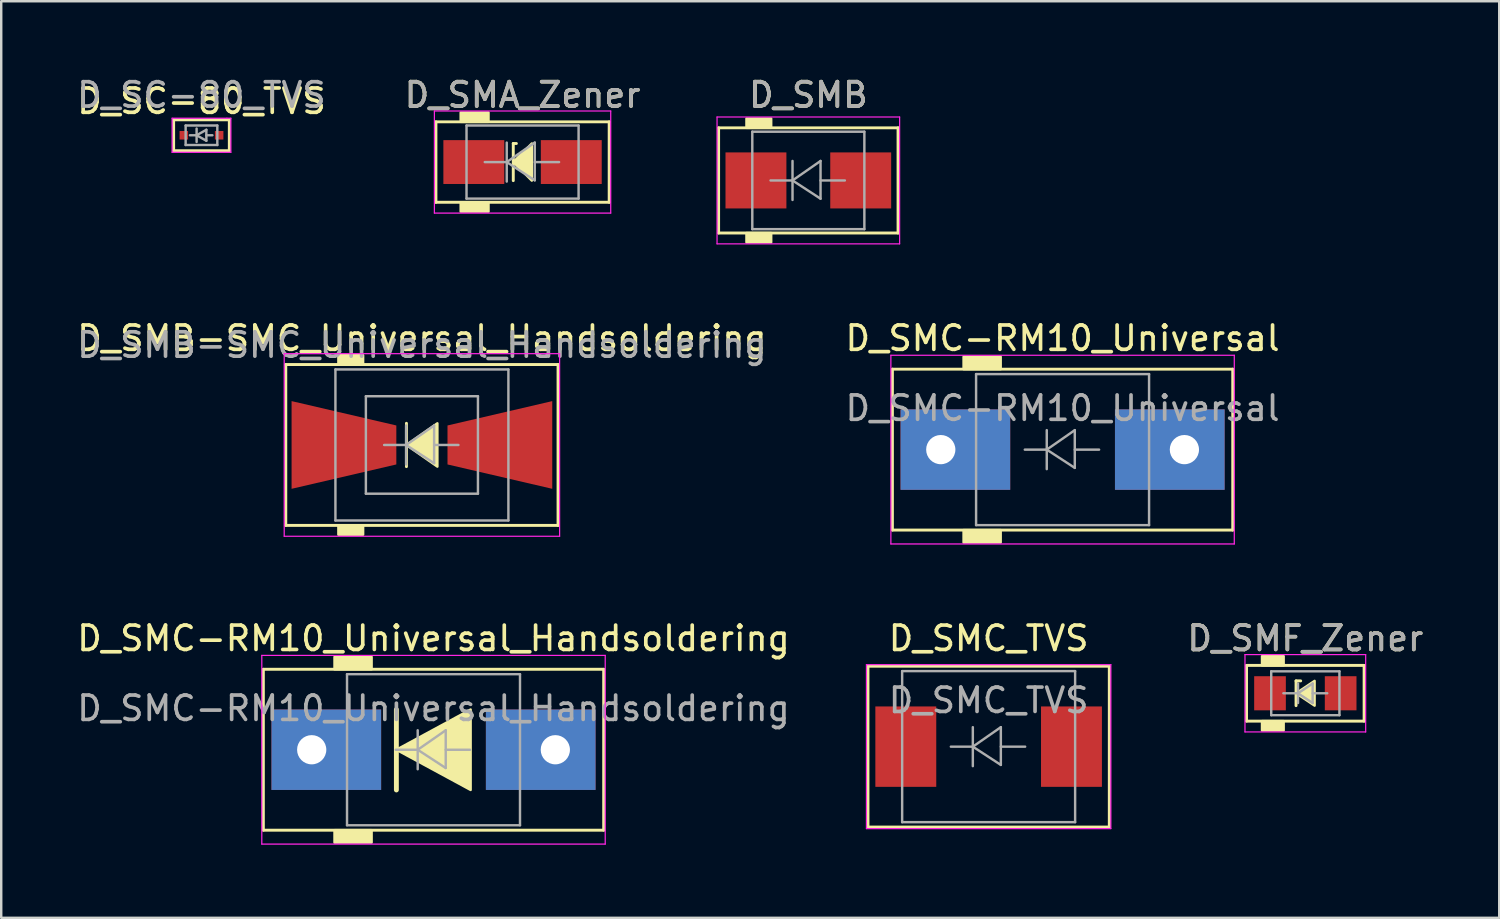
<source format=kicad_pcb>
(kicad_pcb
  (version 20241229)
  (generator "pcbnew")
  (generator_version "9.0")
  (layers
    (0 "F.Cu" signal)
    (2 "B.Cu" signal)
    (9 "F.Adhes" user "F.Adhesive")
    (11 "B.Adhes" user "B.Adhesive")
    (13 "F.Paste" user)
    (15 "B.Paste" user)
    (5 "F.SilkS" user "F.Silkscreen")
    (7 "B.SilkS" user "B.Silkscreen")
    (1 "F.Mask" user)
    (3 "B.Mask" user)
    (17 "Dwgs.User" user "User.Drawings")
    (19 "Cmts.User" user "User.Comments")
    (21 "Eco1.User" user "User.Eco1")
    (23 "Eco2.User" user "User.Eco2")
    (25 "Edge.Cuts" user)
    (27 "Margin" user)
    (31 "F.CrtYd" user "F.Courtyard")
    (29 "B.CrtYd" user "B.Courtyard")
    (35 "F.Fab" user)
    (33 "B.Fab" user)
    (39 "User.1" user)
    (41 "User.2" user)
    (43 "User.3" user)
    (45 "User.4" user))
  (footprint "D_SMA_Zener"
    (layer "F.Cu")
    (at 18.399 3.602)
    (property "Reference" "D_SMA_Zener" (at 0 -2.754 0) (layer "F.SilkS") (effects (font (size 1 1) (thickness 0.15))))
    (attr smd)
    (fp_line (start -3.556 -1.651) (end -3.556 1.651) (stroke (width 0.12) (type solid)) (layer "F.SilkS"))
    (fp_line (start -3.556 1.651) (end 3.556 1.651) (stroke (width 0.12) (type solid)) (layer "F.SilkS"))
    (fp_line (start -0.381 -0.762) (end -0.381 0.762) (stroke (width 0.12) (type solid)) (layer "F.SilkS"))
    (fp_line (start -0.381 -0.762) (end -0.254 -0.762) (stroke (width 0.12) (type solid)) (layer "F.SilkS"))
    (fp_line (start 3.556 -1.651) (end -3.556 -1.651) (stroke (width 0.12) (type solid)) (layer "F.SilkS"))
    (fp_line (start 3.556 1.651) (end 3.556 -1.651) (stroke (width 0.12) (type solid)) (layer "F.SilkS"))
    (fp_poly (pts (xy 0.381 0.762) (xy -0.381 0) (xy 0.381 -0.762)) (stroke (width 0.1) (type solid)) (fill yes) (layer "F.SilkS"))
    (fp_poly (pts (xy -1.397 -1.651) (xy -2.54 -1.651) (xy -2.54 -2.032) (xy -1.397 -2.032)) (stroke (width 0.1) (type solid)) (fill yes) (layer "F.SilkS"))
    (fp_poly (pts (xy -1.397 2.032) (xy -2.54 2.032) (xy -2.54 1.651) (xy -1.397 1.651)) (stroke (width 0.1) (type solid)) (fill yes) (layer "F.SilkS"))
    (fp_line (start -3.619 -2.095) (end 3.619 -2.095) (stroke (width 0.05) (type solid)) (layer "F.CrtYd"))
    (fp_line (start -3.619 2.095) (end -3.619 -2.095) (stroke (width 0.05) (type solid)) (layer "F.CrtYd"))
    (fp_line (start 3.619 -2.095) (end 3.619 2.095) (stroke (width 0.05) (type solid)) (layer "F.CrtYd"))
    (fp_line (start 3.619 2.095) (end -3.619 2.095) (stroke (width 0.05) (type solid)) (layer "F.CrtYd"))
    (fp_line (start -2.3 1.5) (end -2.3 -1.5) (stroke (width 0.1) (type solid)) (layer "F.Fab"))
    (fp_line (start -0.649 -0.799) (end -0.649 0.801) (stroke (width 0.1) (type solid)) (layer "F.Fab"))
    (fp_line (start -0.649 0.001) (end -1.551 0.001) (stroke (width 0.1) (type solid)) (layer "F.Fab"))
    (fp_line (start -0.649 0.001) (end 0.501 -0.799) (stroke (width 0.1) (type solid)) (layer "F.Fab"))
    (fp_line (start -0.649 0.001) (end 0.501 0.75) (stroke (width 0.1) (type solid)) (layer "F.Fab"))
    (fp_line (start 0.501 0.001) (end 1.499 0.001) (stroke (width 0.1) (type solid)) (layer "F.Fab"))
    (fp_line (start 0.501 0.75) (end 0.501 -0.799) (stroke (width 0.1) (type solid)) (layer "F.Fab"))
    (fp_line (start 2.3 -1.5) (end -2.3 -1.5) (stroke (width 0.1) (type solid)) (layer "F.Fab"))
    (fp_line (start 2.3 -1.5) (end 2.3 1.5) (stroke (width 0.1) (type solid)) (layer "F.Fab"))
    (fp_line (start 2.3 1.5) (end -2.3 1.5) (stroke (width 0.1) (type solid)) (layer "F.Fab"))
    (fp_text user "${REFERENCE}" (at 0 -2.754 0) (layer "F.Fab") (effects (font (size 1 1) (thickness 0.15))))
    (pad "1" smd rect (at -2 0) (size 2.5 1.8) (layers "F.Cu" "F.Mask" "F.Paste"))
    (pad "2" smd rect (at 2 0) (size 2.5 1.8) (layers "F.Cu" "F.Mask" "F.Paste")))
  (footprint "D_SMC-RM10_Universal_Handsoldering"
    (layer "F.Cu")
    (at 14.744 27.724)
    (property "Reference" "D_SMC-RM10_Universal_Handsoldering" (at 0 -4.572 0) (layer "F.SilkS") (effects (font (size 1 1) (thickness 0.15))))
    (attr through_hole)
    (fp_line (start -6.985 -3.302) (end -6.985 3.302) (stroke (width 0.12) (type solid)) (layer "F.SilkS"))
    (fp_line (start -6.985 3.302) (end 6.985 3.302) (stroke (width 0.12) (type solid)) (layer "F.SilkS"))
    (fp_line (start -1.524 -1.651) (end -1.524 1.651) (stroke (width 0.2) (type solid)) (layer "F.SilkS"))
    (fp_line (start 6.985 -3.302) (end -6.985 -3.302) (stroke (width 0.12) (type solid)) (layer "F.SilkS"))
    (fp_line (start 6.985 3.302) (end 6.985 -3.302) (stroke (width 0.12) (type solid)) (layer "F.SilkS"))
    (fp_poly (pts (xy 1.524 1.651) (xy -1.524 0) (xy 1.524 -1.651)) (stroke (width 0.1) (type solid)) (fill yes) (layer "F.SilkS"))
    (fp_poly (pts (xy -2.54 -3.302) (xy -4.064 -3.302) (xy -4.064 -3.81) (xy -2.54 -3.81)) (stroke (width 0.1) (type solid)) (fill yes) (layer "F.SilkS"))
    (fp_poly (pts (xy -2.54 3.81) (xy -4.064 3.81) (xy -4.064 3.302) (xy -2.54 3.302)) (stroke (width 0.1) (type solid)) (fill yes) (layer "F.SilkS"))
    (fp_line (start -7.048 -3.873) (end 7.048 -3.873) (stroke (width 0.05) (type solid)) (layer "F.CrtYd"))
    (fp_line (start -7.048 3.873) (end -7.048 -3.873) (stroke (width 0.05) (type solid)) (layer "F.CrtYd"))
    (fp_line (start 7.048 -3.873) (end 7.048 3.873) (stroke (width 0.05) (type solid)) (layer "F.CrtYd"))
    (fp_line (start 7.048 3.873) (end -7.048 3.873) (stroke (width 0.05) (type solid)) (layer "F.CrtYd"))
    (fp_line (start -3.55 3.1) (end -3.55 -3.1) (stroke (width 0.1) (type solid)) (layer "F.Fab"))
    (fp_line (start -0.649 -0.799) (end -0.649 0.801) (stroke (width 0.1) (type solid)) (layer "F.Fab"))
    (fp_line (start -0.649 0.001) (end -1.551 0.001) (stroke (width 0.1) (type solid)) (layer "F.Fab"))
    (fp_line (start -0.649 0.001) (end 0.501 -0.799) (stroke (width 0.1) (type solid)) (layer "F.Fab"))
    (fp_line (start -0.649 0.001) (end 0.501 0.75) (stroke (width 0.1) (type solid)) (layer "F.Fab"))
    (fp_line (start 0.501 0.001) (end 1.499 0.001) (stroke (width 0.1) (type solid)) (layer "F.Fab"))
    (fp_line (start 0.501 0.75) (end 0.501 -0.799) (stroke (width 0.1) (type solid)) (layer "F.Fab"))
    (fp_line (start 3.55 -3.1) (end -3.55 -3.1) (stroke (width 0.1) (type solid)) (layer "F.Fab"))
    (fp_line (start 3.55 -3.1) (end 3.55 3.1) (stroke (width 0.1) (type solid)) (layer "F.Fab"))
    (fp_line (start 3.55 3.1) (end -3.55 3.1) (stroke (width 0.1) (type solid)) (layer "F.Fab"))
    (fp_text user "${REFERENCE}" (at 0 -1.7 0) (layer "F.Fab") (effects (font (size 1 1) (thickness 0.15))))
    (pad "1" thru_hole rect (at -5 0) (size 4.5 3.3) (drill 1.2 (offset 0.6 0)) (layers "*.Cu" "*.Mask"))
    (pad "2" thru_hole rect (at 5 0 180) (size 4.5 3.3) (drill 1.2 (offset 0.6 0)) (layers "*.Cu" "*.Mask")))
  (footprint "D_SMC-RM10_Universal"
    (layer "F.Cu")
    (at 40.565 15.405)
    (property "Reference" "D_SMC-RM10_Universal" (at 0 -4.572 0) (layer "F.SilkS") (effects (font (size 1 1) (thickness 0.15))))
    (attr through_hole)
    (fp_line (start -6.985 -3.302) (end -6.985 3.302) (stroke (width 0.12) (type solid)) (layer "F.SilkS"))
    (fp_line (start -6.985 3.302) (end 6.985 3.302) (stroke (width 0.12) (type solid)) (layer "F.SilkS"))
    (fp_line (start 6.985 -3.302) (end -6.985 -3.302) (stroke (width 0.12) (type solid)) (layer "F.SilkS"))
    (fp_line (start 6.985 3.302) (end 6.985 -3.302) (stroke (width 0.12) (type solid)) (layer "F.SilkS"))
    (fp_poly (pts (xy -2.54 -3.302) (xy -4.064 -3.302) (xy -4.064 -3.81) (xy -2.54 -3.81)) (stroke (width 0.1) (type solid)) (fill yes) (layer "F.SilkS"))
    (fp_poly (pts (xy -2.54 3.81) (xy -4.064 3.81) (xy -4.064 3.302) (xy -2.54 3.302)) (stroke (width 0.1) (type solid)) (fill yes) (layer "F.SilkS"))
    (fp_line (start -7.048 -3.873) (end 7.048 -3.873) (stroke (width 0.05) (type solid)) (layer "F.CrtYd"))
    (fp_line (start -7.048 3.873) (end -7.048 -3.873) (stroke (width 0.05) (type solid)) (layer "F.CrtYd"))
    (fp_line (start 7.048 -3.873) (end 7.048 3.873) (stroke (width 0.05) (type solid)) (layer "F.CrtYd"))
    (fp_line (start 7.048 3.873) (end -7.048 3.873) (stroke (width 0.05) (type solid)) (layer "F.CrtYd"))
    (fp_line (start -3.55 3.1) (end -3.55 -3.1) (stroke (width 0.1) (type solid)) (layer "F.Fab"))
    (fp_line (start -0.649 -0.799) (end -0.649 0.801) (stroke (width 0.1) (type solid)) (layer "F.Fab"))
    (fp_line (start -0.649 0.001) (end -1.551 0.001) (stroke (width 0.1) (type solid)) (layer "F.Fab"))
    (fp_line (start -0.649 0.001) (end 0.501 -0.799) (stroke (width 0.1) (type solid)) (layer "F.Fab"))
    (fp_line (start -0.649 0.001) (end 0.501 0.75) (stroke (width 0.1) (type solid)) (layer "F.Fab"))
    (fp_line (start 0.501 0.001) (end 1.499 0.001) (stroke (width 0.1) (type solid)) (layer "F.Fab"))
    (fp_line (start 0.501 0.75) (end 0.501 -0.799) (stroke (width 0.1) (type solid)) (layer "F.Fab"))
    (fp_line (start 3.55 -3.1) (end -3.55 -3.1) (stroke (width 0.1) (type solid)) (layer "F.Fab"))
    (fp_line (start 3.55 -3.1) (end 3.55 3.1) (stroke (width 0.1) (type solid)) (layer "F.Fab"))
    (fp_line (start 3.55 3.1) (end -3.55 3.1) (stroke (width 0.1) (type solid)) (layer "F.Fab"))
    (fp_text user "${REFERENCE}" (at 0 -1.7 0) (layer "F.Fab") (effects (font (size 1 1) (thickness 0.15))))
    (pad "1" thru_hole rect (at -5 0) (size 4.5 3.3) (drill 1.2 (offset 0.6 0)) (layers "*.Cu" "*.Mask"))
    (pad "2" thru_hole rect (at 5 0 180) (size 4.5 3.3) (drill 1.2 (offset 0.6 0)) (layers "*.Cu" "*.Mask")))
  (footprint "D_SC-80_TVS"
    (layer "F.Cu")
    (at 5.22 2.502)
    (property "Reference" "D_SC-80_TVS" (at 0 -1.397 0) (layer "F.SilkS") (effects (font (size 1 1) (thickness 0.15))))
    (attr smd)
    (fp_line (start -1.143 -0.635) (end 1.143 -0.635) (stroke (width 0.12) (type solid)) (layer "F.SilkS"))
    (fp_line (start -1.143 0.635) (end -1.143 -0.635) (stroke (width 0.12) (type solid)) (layer "F.SilkS"))
    (fp_line (start 1.143 -0.635) (end 1.143 0.635) (stroke (width 0.12) (type solid)) (layer "F.SilkS"))
    (fp_line (start 1.143 0.635) (end -1.143 0.635) (stroke (width 0.12) (type solid)) (layer "F.SilkS"))
    (fp_line (start -1.206 -0.699) (end 1.044 -0.699) (stroke (width 0.05) (type solid)) (layer "F.CrtYd"))
    (fp_line (start -1.206 0.699) (end -1.206 -0.699) (stroke (width 0.05) (type solid)) (layer "F.CrtYd"))
    (fp_line (start 1.044 -0.699) (end 1.206 -0.699) (stroke (width 0.05) (type solid)) (layer "F.CrtYd"))
    (fp_line (start 1.206 -0.699) (end 1.206 0.699) (stroke (width 0.05) (type solid)) (layer "F.CrtYd"))
    (fp_line (start 1.206 0.699) (end -1.206 0.699) (stroke (width 0.05) (type solid)) (layer "F.CrtYd"))
    (fp_line (start -0.65 -0.4) (end 0.65 -0.4) (stroke (width 0.1) (type solid)) (layer "F.Fab"))
    (fp_line (start -0.65 0.4) (end -0.65 -0.4) (stroke (width 0.1) (type solid)) (layer "F.Fab"))
    (fp_line (start -0.2 -0.275) (end -0.2 0.275) (stroke (width 0.1) (type solid)) (layer "F.Fab"))
    (fp_line (start -0.2 0) (end -0.475 0) (stroke (width 0.1) (type solid)) (layer "F.Fab"))
    (fp_line (start -0.2 0) (end 0.2 -0.225) (stroke (width 0.1) (type solid)) (layer "F.Fab"))
    (fp_line (start 0.2 -0.225) (end 0.2 0.225) (stroke (width 0.1) (type solid)) (layer "F.Fab"))
    (fp_line (start 0.2 0) (end 0.45 0) (stroke (width 0.1) (type solid)) (layer "F.Fab"))
    (fp_line (start 0.2 0.225) (end -0.2 0) (stroke (width 0.1) (type solid)) (layer "F.Fab"))
    (fp_line (start 0.65 -0.4) (end 0.65 0.4) (stroke (width 0.1) (type solid)) (layer "F.Fab"))
    (fp_line (start 0.65 0.4) (end -0.65 0.4) (stroke (width 0.1) (type solid)) (layer "F.Fab"))
    (fp_text user "${REFERENCE}" (at 0 -1.654 0) (layer "F.Fab") (effects (font (size 1 1) (thickness 0.15))))
    (pad "1" smd rect (at -0.725 0) (size 0.35 0.35) (layers "F.Cu" "F.Mask" "F.Paste"))
    (pad "2" smd rect (at 0.725 0) (size 0.35 0.35) (layers "F.Cu" "F.Mask" "F.Paste")))
  (footprint "D_SMC_TVS"
    (layer "F.Cu")
    (at 37.53 27.597)
    (property "Reference" "D_SMC_TVS" (at 0 -4.445 0) (layer "F.SilkS") (effects (font (size 1 1) (thickness 0.15))))
    (attr smd)
    (fp_line (start -4.953 -3.302) (end 4.953 -3.302) (stroke (width 0.12) (type solid)) (layer "F.SilkS"))
    (fp_line (start -4.953 3.302) (end -4.953 -3.302) (stroke (width 0.12) (type solid)) (layer "F.SilkS"))
    (fp_line (start 4.953 -3.302) (end 4.953 3.302) (stroke (width 0.12) (type solid)) (layer "F.SilkS"))
    (fp_line (start 4.953 3.302) (end -4.953 3.302) (stroke (width 0.12) (type solid)) (layer "F.SilkS"))
    (fp_line (start -5.016 -3.365) (end 5.016 -3.365) (stroke (width 0.05) (type solid)) (layer "F.CrtYd"))
    (fp_line (start -5.016 3.365) (end -5.016 -3.365) (stroke (width 0.05) (type solid)) (layer "F.CrtYd"))
    (fp_line (start 5.016 -3.365) (end 5.016 3.365) (stroke (width 0.05) (type solid)) (layer "F.CrtYd"))
    (fp_line (start 5.016 3.365) (end -5.016 3.365) (stroke (width 0.05) (type solid)) (layer "F.CrtYd"))
    (fp_line (start -3.55 3.1) (end -3.55 -3.1) (stroke (width 0.1) (type solid)) (layer "F.Fab"))
    (fp_line (start -0.649 -0.799) (end -0.649 0.801) (stroke (width 0.1) (type solid)) (layer "F.Fab"))
    (fp_line (start -0.649 0.001) (end -1.551 0.001) (stroke (width 0.1) (type solid)) (layer "F.Fab"))
    (fp_line (start -0.649 0.001) (end 0.501 -0.799) (stroke (width 0.1) (type solid)) (layer "F.Fab"))
    (fp_line (start -0.649 0.001) (end 0.501 0.75) (stroke (width 0.1) (type solid)) (layer "F.Fab"))
    (fp_line (start 0.501 0.001) (end 1.499 0.001) (stroke (width 0.1) (type solid)) (layer "F.Fab"))
    (fp_line (start 0.501 0.75) (end 0.501 -0.799) (stroke (width 0.1) (type solid)) (layer "F.Fab"))
    (fp_line (start 3.55 -3.1) (end -3.55 -3.1) (stroke (width 0.1) (type solid)) (layer "F.Fab"))
    (fp_line (start 3.55 -3.1) (end 3.55 3.1) (stroke (width 0.1) (type solid)) (layer "F.Fab"))
    (fp_line (start 3.55 3.1) (end -3.55 3.1) (stroke (width 0.1) (type solid)) (layer "F.Fab"))
    (fp_text user "${REFERENCE}" (at 0 -1.9 0) (layer "F.Fab") (effects (font (size 1 1) (thickness 0.15))))
    (pad "1" smd rect (at -3.4 0 90) (size 3.3 2.5) (layers "F.Cu" "F.Mask" "F.Paste"))
    (pad "2" smd rect (at 3.4 0 90) (size 3.3 2.5) (layers "F.Cu" "F.Mask" "F.Paste")))
  (footprint "D_SMB"
    (layer "F.Cu")
    (at 30.129 4.356)
    (property "Reference" "D_SMB" (at 0 -3.508 0) (layer "F.SilkS") (effects (font (size 1 1) (thickness 0.15))))
    (attr smd)
    (fp_line (start -3.683 -2.159) (end -3.683 2.159) (stroke (width 0.12) (type solid)) (layer "F.SilkS"))
    (fp_line (start -3.683 2.159) (end 3.683 2.159) (stroke (width 0.12) (type solid)) (layer "F.SilkS"))
    (fp_line (start 3.683 -2.159) (end -3.683 -2.159) (stroke (width 0.12) (type solid)) (layer "F.SilkS"))
    (fp_line (start 3.683 2.159) (end 3.683 -2.159) (stroke (width 0.12) (type solid)) (layer "F.SilkS"))
    (fp_poly (pts (xy -1.524 -2.159) (xy -2.54 -2.159) (xy -2.54 -2.54) (xy -1.524 -2.54)) (stroke (width 0.1) (type solid)) (fill yes) (layer "F.SilkS"))
    (fp_poly (pts (xy -1.524 2.54) (xy -2.54 2.54) (xy -2.54 2.159) (xy -1.524 2.159)) (stroke (width 0.1) (type solid)) (fill yes) (layer "F.SilkS"))
    (fp_line (start -3.747 -2.603) (end 3.747 -2.603) (stroke (width 0.05) (type solid)) (layer "F.CrtYd"))
    (fp_line (start -3.747 2.603) (end -3.747 -2.603) (stroke (width 0.05) (type solid)) (layer "F.CrtYd"))
    (fp_line (start 3.747 -2.603) (end 3.747 2.603) (stroke (width 0.05) (type solid)) (layer "F.CrtYd"))
    (fp_line (start 3.747 2.603) (end -3.747 2.603) (stroke (width 0.05) (type solid)) (layer "F.CrtYd"))
    (fp_line (start -2.3 2) (end -2.3 -2) (stroke (width 0.1) (type solid)) (layer "F.Fab"))
    (fp_line (start -0.649 -0.799) (end -0.649 0.801) (stroke (width 0.1) (type solid)) (layer "F.Fab"))
    (fp_line (start -0.649 0.001) (end -1.551 0.001) (stroke (width 0.1) (type solid)) (layer "F.Fab"))
    (fp_line (start -0.649 0.001) (end 0.501 -0.799) (stroke (width 0.1) (type solid)) (layer "F.Fab"))
    (fp_line (start -0.649 0.001) (end 0.501 0.75) (stroke (width 0.1) (type solid)) (layer "F.Fab"))
    (fp_line (start 0.501 0.001) (end 1.499 0.001) (stroke (width 0.1) (type solid)) (layer "F.Fab"))
    (fp_line (start 0.501 0.75) (end 0.501 -0.799) (stroke (width 0.1) (type solid)) (layer "F.Fab"))
    (fp_line (start 2.3 -2) (end -2.3 -2) (stroke (width 0.1) (type solid)) (layer "F.Fab"))
    (fp_line (start 2.3 -2) (end 2.3 2) (stroke (width 0.1) (type solid)) (layer "F.Fab"))
    (fp_line (start 2.3 2) (end -2.3 2) (stroke (width 0.1) (type solid)) (layer "F.Fab"))
    (fp_text user "${REFERENCE}" (at 0 -3.508 0) (layer "F.Fab") (effects (font (size 1 1) (thickness 0.15))))
    (pad "1" smd rect (at -2.15 0) (size 2.5 2.3) (layers "F.Cu" "F.Mask" "F.Paste"))
    (pad "2" smd rect (at 2.15 0) (size 2.5 2.3) (layers "F.Cu" "F.Mask" "F.Paste")))
  (footprint "D_SMF_Zener"
    (layer "F.Cu")
    (at 50.529 25.406)
    (property "Reference" "D_SMF_Zener" (at 0 -2.254 0) (layer "F.SilkS") (effects (font (size 1 1) (thickness 0.15))))
    (attr smd)
    (fp_line (start -2.413 -1.143) (end -2.413 1.143) (stroke (width 0.12) (type solid)) (layer "F.SilkS"))
    (fp_line (start -2.413 1.143) (end 2.413 1.143) (stroke (width 0.12) (type solid)) (layer "F.SilkS"))
    (fp_line (start -0.381 -0.508) (end -0.381 0.508) (stroke (width 0.12) (type solid)) (layer "F.SilkS"))
    (fp_line (start -0.381 -0.508) (end -0.191 -0.508) (stroke (width 0.12) (type solid)) (layer "F.SilkS"))
    (fp_line (start 2.413 -1.143) (end -2.413 -1.143) (stroke (width 0.12) (type solid)) (layer "F.SilkS"))
    (fp_line (start 2.413 1.143) (end 2.413 -1.143) (stroke (width 0.12) (type solid)) (layer "F.SilkS"))
    (fp_poly (pts (xy 0.381 0.508) (xy -0.381 0) (xy 0.381 -0.508)) (stroke (width 0.1) (type solid)) (fill yes) (layer "F.SilkS"))
    (fp_poly (pts (xy -0.889 -1.143) (xy -1.778 -1.143) (xy -1.778 -1.524) (xy -0.889 -1.524)) (stroke (width 0.1) (type solid)) (fill yes) (layer "F.SilkS"))
    (fp_poly (pts (xy -0.889 1.524) (xy -1.778 1.524) (xy -1.778 1.143) (xy -0.889 1.143)) (stroke (width 0.1) (type solid)) (fill yes) (layer "F.SilkS"))
    (fp_line (start -2.477 -1.587) (end 2.477 -1.587) (stroke (width 0.05) (type solid)) (layer "F.CrtYd"))
    (fp_line (start -2.477 1.587) (end -2.477 -1.587) (stroke (width 0.05) (type solid)) (layer "F.CrtYd"))
    (fp_line (start 2.477 -1.587) (end 2.477 1.587) (stroke (width 0.05) (type solid)) (layer "F.CrtYd"))
    (fp_line (start 2.477 1.587) (end -2.477 1.587) (stroke (width 0.05) (type solid)) (layer "F.CrtYd"))
    (fp_line (start -1.4 0.9) (end -1.4 -0.9) (stroke (width 0.1) (type solid)) (layer "F.Fab"))
    (fp_line (start -0.3 -0.4) (end -0.3 0.4) (stroke (width 0.1) (type solid)) (layer "F.Fab"))
    (fp_line (start -0.3 0) (end -0.9 0) (stroke (width 0.1) (type solid)) (layer "F.Fab"))
    (fp_line (start -0.3 0) (end 0.3 -0.4) (stroke (width 0.1) (type solid)) (layer "F.Fab"))
    (fp_line (start -0.3 0.001) (end 0.3 0.4) (stroke (width 0.1) (type solid)) (layer "F.Fab"))
    (fp_line (start 0.3 0) (end 0.9 0) (stroke (width 0.1) (type solid)) (layer "F.Fab"))
    (fp_line (start 0.3 0.4) (end 0.3 -0.4) (stroke (width 0.1) (type solid)) (layer "F.Fab"))
    (fp_line (start 1.4 -0.9) (end -1.4 -0.9) (stroke (width 0.1) (type solid)) (layer "F.Fab"))
    (fp_line (start 1.4 -0.9) (end 1.4 0.9) (stroke (width 0.1) (type solid)) (layer "F.Fab"))
    (fp_line (start 1.4 0.9) (end -1.4 0.9) (stroke (width 0.1) (type solid)) (layer "F.Fab"))
    (fp_text user "${REFERENCE}" (at 0 -2.254 0) (layer "F.Fab") (effects (font (size 1 1) (thickness 0.15))))
    (pad "1" smd rect (at -1.45 0) (size 1.3 1.4) (layers "F.Cu" "F.Mask" "F.Paste"))
    (pad "2" smd rect (at 1.45 0) (size 1.3 1.4) (layers "F.Cu" "F.Mask" "F.Paste")))
  (footprint "D_SMB-SMC_Universal_Handsoldering"
    (layer "F.Cu")
    (at 14.268 15.214)
    (property "Reference" "D_SMB-SMC_Universal_Handsoldering" (at 0 -4.381 0) (layer "F.SilkS") (effects (font (size 1 1) (thickness 0.15))))
    (attr smd)
    (fp_line (start -5.588 -3.302) (end -5.588 3.302) (stroke (width 0.12) (type solid)) (layer "F.SilkS"))
    (fp_line (start -5.588 3.302) (end 5.588 3.302) (stroke (width 0.12) (type solid)) (layer "F.SilkS"))
    (fp_line (start -0.635 -0.889) (end -0.635 0.889) (stroke (width 0.12) (type solid)) (layer "F.SilkS"))
    (fp_line (start 5.588 -3.302) (end -5.588 -3.302) (stroke (width 0.12) (type solid)) (layer "F.SilkS"))
    (fp_line (start 5.588 3.302) (end 5.588 -3.302) (stroke (width 0.12) (type solid)) (layer "F.SilkS"))
    (fp_poly (pts (xy 0.635 0.889) (xy -0.635 0) (xy 0.635 -0.889)) (stroke (width 0.1) (type solid)) (fill yes) (layer "F.SilkS"))
    (fp_poly (pts (xy -2.413 -3.302) (xy -3.429 -3.302) (xy -3.429 -3.683) (xy -2.413 -3.683)) (stroke (width 0.1) (type solid)) (fill yes) (layer "F.SilkS"))
    (fp_poly (pts (xy -2.413 3.683) (xy -3.429 3.683) (xy -3.429 3.302) (xy -2.413 3.302)) (stroke (width 0.1) (type solid)) (fill yes) (layer "F.SilkS"))
    (fp_line (start -5.652 -3.747) (end 5.652 -3.747) (stroke (width 0.05) (type solid)) (layer "F.CrtYd"))
    (fp_line (start -5.652 3.747) (end -5.652 -3.747) (stroke (width 0.05) (type solid)) (layer "F.CrtYd"))
    (fp_line (start 5.652 -3.747) (end 5.652 3.747) (stroke (width 0.05) (type solid)) (layer "F.CrtYd"))
    (fp_line (start 5.652 3.747) (end -5.652 3.747) (stroke (width 0.05) (type solid)) (layer "F.CrtYd"))
    (fp_line (start -3.55 3.1) (end -3.55 -3.1) (stroke (width 0.1) (type solid)) (layer "F.Fab"))
    (fp_line (start -2.3 2) (end -2.3 -2) (stroke (width 0.1) (type solid)) (layer "F.Fab"))
    (fp_line (start -0.649 -0.799) (end -0.649 0.801) (stroke (width 0.1) (type solid)) (layer "F.Fab"))
    (fp_line (start -0.649 0.001) (end -1.551 0.001) (stroke (width 0.1) (type solid)) (layer "F.Fab"))
    (fp_line (start -0.649 0.001) (end 0.501 -0.799) (stroke (width 0.1) (type solid)) (layer "F.Fab"))
    (fp_line (start -0.649 0.001) (end 0.501 0.75) (stroke (width 0.1) (type solid)) (layer "F.Fab"))
    (fp_line (start 0.501 0.001) (end 1.499 0.001) (stroke (width 0.1) (type solid)) (layer "F.Fab"))
    (fp_line (start 0.501 0.75) (end 0.501 -0.799) (stroke (width 0.1) (type solid)) (layer "F.Fab"))
    (fp_line (start 2.3 -2) (end -2.3 -2) (stroke (width 0.1) (type solid)) (layer "F.Fab"))
    (fp_line (start 2.3 -2) (end 2.3 2) (stroke (width 0.1) (type solid)) (layer "F.Fab"))
    (fp_line (start 2.3 2) (end -2.3 2) (stroke (width 0.1) (type solid)) (layer "F.Fab"))
    (fp_line (start 3.55 -3.1) (end -3.55 -3.1) (stroke (width 0.1) (type solid)) (layer "F.Fab"))
    (fp_line (start 3.55 -3.1) (end 3.55 3.1) (stroke (width 0.1) (type solid)) (layer "F.Fab"))
    (fp_line (start 3.55 3.1) (end -3.55 3.1) (stroke (width 0.1) (type solid)) (layer "F.Fab"))
    (fp_text user "${REFERENCE}" (at 0 -4.1 0) (layer "F.Fab") (effects (font (size 1 1) (thickness 0.15))))
    (pad "1" smd trapezoid (at -3.2 0) (size 4.3 2.6) (rect_delta 1 0) (layers "F.Cu" "F.Mask" "F.Paste"))
    (pad "2" smd trapezoid (at 3.2 0 180) (size 4.3 2.6) (rect_delta 1 0) (layers "F.Cu" "F.Mask" "F.Paste")))
  (gr_rect
    (start -3 -3)
    (end 58.488 34.622)
    (stroke (width 0.1) (type default))
    (fill no)
    (layer "Edge.Cuts")))
</source>
